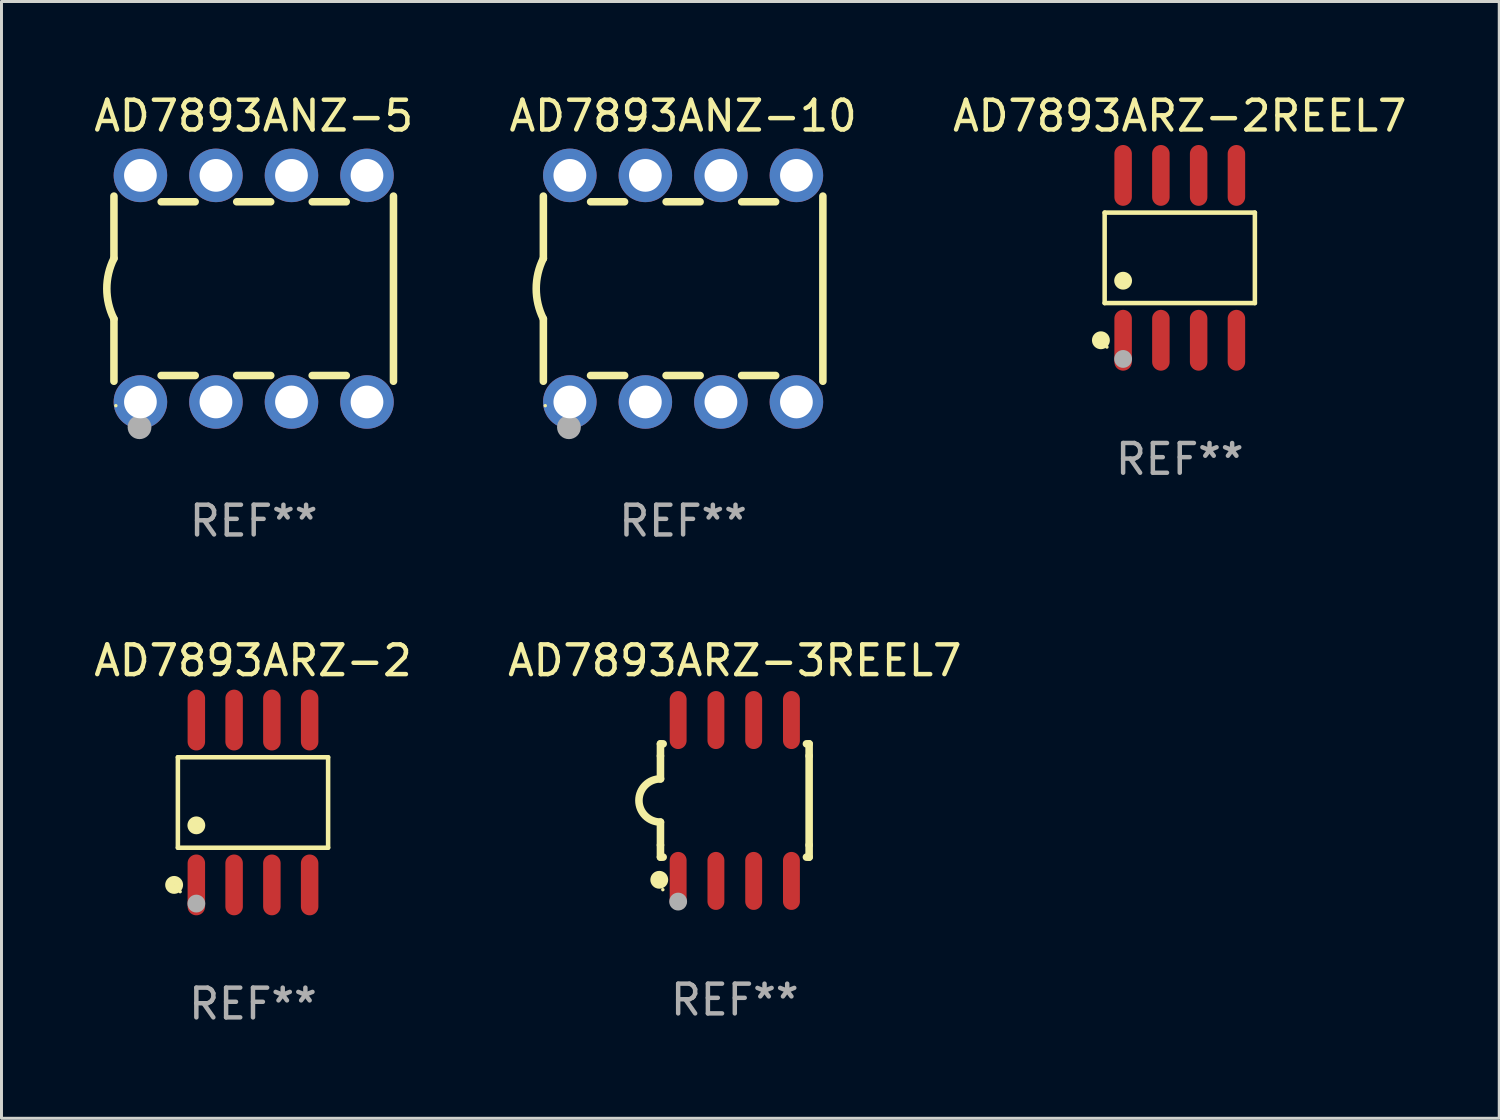
<source format=kicad_pcb>
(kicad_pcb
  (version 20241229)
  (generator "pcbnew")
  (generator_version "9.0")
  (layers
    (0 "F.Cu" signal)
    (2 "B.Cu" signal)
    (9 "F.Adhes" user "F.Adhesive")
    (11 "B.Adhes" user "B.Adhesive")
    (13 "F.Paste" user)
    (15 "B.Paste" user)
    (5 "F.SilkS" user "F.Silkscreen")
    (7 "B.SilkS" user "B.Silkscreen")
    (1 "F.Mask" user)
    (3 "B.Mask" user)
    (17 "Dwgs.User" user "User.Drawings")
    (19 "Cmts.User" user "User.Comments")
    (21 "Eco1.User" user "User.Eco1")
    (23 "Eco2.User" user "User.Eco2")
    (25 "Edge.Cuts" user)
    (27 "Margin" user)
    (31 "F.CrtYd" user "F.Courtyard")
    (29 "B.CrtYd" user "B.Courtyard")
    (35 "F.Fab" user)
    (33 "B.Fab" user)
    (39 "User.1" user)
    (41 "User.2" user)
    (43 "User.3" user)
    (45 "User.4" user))
  (footprint "AD7893ANZ-5"
    (layer "F.Cu")
    (at 5.482 6.658)
    (property "Reference" "AD7893ANZ-5" (at 0 -5.81 0) (layer "F.SilkS") (effects (font (size 1 1) (thickness 0.15))))
    (attr through_hole)
    (fp_line (start -4.7 -1.017) (end -4.7 -3.113) (stroke (width 0.254) (type solid)) (layer "F.SilkS"))
    (fp_line (start -4.7 1.015) (end -4.7 3.113) (stroke (width 0.254) (type solid)) (layer "F.SilkS"))
    (fp_line (start -3.113 2.92) (end -1.967 2.92) (stroke (width 0.254) (type solid)) (layer "F.SilkS"))
    (fp_line (start -3.111 -2.922) (end -1.969 -2.922) (stroke (width 0.254) (type solid)) (layer "F.SilkS"))
    (fp_line (start -0.573 2.92) (end 0.573 2.92) (stroke (width 0.254) (type solid)) (layer "F.SilkS"))
    (fp_line (start -0.571 -2.922) (end 0.571 -2.922) (stroke (width 0.254) (type solid)) (layer "F.SilkS"))
    (fp_line (start 1.967 2.92) (end 3.113 2.92) (stroke (width 0.254) (type solid)) (layer "F.SilkS"))
    (fp_line (start 1.969 -2.922) (end 3.111 -2.922) (stroke (width 0.254) (type solid)) (layer "F.SilkS"))
    (fp_line (start 4.7 -3.113) (end 4.7 3.113) (stroke (width 0.254) (type solid)) (layer "F.SilkS"))
    (fp_arc (start -4.7 1.01524) (mid -4.939846 -0.000762) (end -4.7 -1.016764) (stroke (width 0.254001) (type solid)) (layer "F.SilkS"))
    (fp_circle (center -4.636 3.935) (end -4.606 3.935) (stroke (width 0.06) (type solid)) (fill no) (layer "F.SilkS"))
    (fp_circle (center -3.84 4.66) (end -3.64 4.66) (stroke (width 0.4) (type solid)) (fill no) (layer "F.Fab"))
    (fp_text user "REF**" (at 0 7.81 0) (layer "F.Fab") (effects (font (size 1 1) (thickness 0.15))))
    (pad "1" thru_hole circle (at -3.81 3.81) (size 1.8 1.8) (drill 1.1) (layers "*.Cu" "*.Mask"))
    (pad "2" thru_hole circle (at -1.27 3.81) (size 1.8 1.8) (drill 1.1) (layers "*.Cu" "*.Mask"))
    (pad "3" thru_hole circle (at 1.27 3.81) (size 1.8 1.8) (drill 1.1) (layers "*.Cu" "*.Mask"))
    (pad "4" thru_hole circle (at 3.81 3.81) (size 1.8 1.8) (drill 1.1) (layers "*.Cu" "*.Mask"))
    (pad "5" thru_hole circle (at 3.81 -3.81) (size 1.8 1.8) (drill 1.1) (layers "*.Cu" "*.Mask"))
    (pad "6" thru_hole circle (at 1.27 -3.81) (size 1.8 1.8) (drill 1.1) (layers "*.Cu" "*.Mask"))
    (pad "7" thru_hole circle (at -1.27 -3.81) (size 1.8 1.8) (drill 1.1) (layers "*.Cu" "*.Mask"))
    (pad "8" thru_hole circle (at -3.81 -3.81) (size 1.8 1.8) (drill 1.1) (layers "*.Cu" "*.Mask")))
  (footprint "AD7893ARZ-2"
    (layer "F.Cu")
    (at 5.458 23.937)
    (property "Reference" "AD7893ARZ-2" (at 0 -4.772 0) (layer "F.SilkS") (effects (font (size 1 1) (thickness 0.15))))
    (attr through_hole)
    (fp_line (start -2.526 -1.521) (end 2.526 -1.521) (stroke (width 0.152) (type solid)) (layer "F.SilkS"))
    (fp_line (start -2.526 1.521) (end -2.526 -1.521) (stroke (width 0.152) (type solid)) (layer "F.SilkS"))
    (fp_line (start 2.526 -1.521) (end 2.526 1.521) (stroke (width 0.152) (type solid)) (layer "F.SilkS"))
    (fp_line (start 2.526 1.521) (end -2.526 1.521) (stroke (width 0.152) (type solid)) (layer "F.SilkS"))
    (fp_circle (center -2.652 2.772) (end -2.501 2.772) (stroke (width 0.3) (type solid)) (fill no) (layer "F.SilkS"))
    (fp_circle (center -2.45 3) (end -2.42 3) (stroke (width 0.06) (type solid)) (fill no) (layer "F.SilkS"))
    (fp_circle (center -1.905 0.769) (end -1.755 0.769) (stroke (width 0.3) (type solid)) (fill no) (layer "F.SilkS"))
    (fp_circle (center -1.905 3.4) (end -1.755 3.4) (stroke (width 0.3) (type solid)) (fill no) (layer "F.Fab"))
    (fp_text user "REF**" (at 0 6.772 0) (layer "F.Fab") (effects (font (size 1 1) (thickness 0.15))))
    (pad "1" smd oval (at -1.905 2.772) (size 0.588 2.045) (layers "F.Cu" "F.Mask" "F.Paste"))
    (pad "2" smd oval (at -0.635 2.772) (size 0.588 2.045) (layers "F.Cu" "F.Mask" "F.Paste"))
    (pad "3" smd oval (at 0.635 2.772) (size 0.588 2.045) (layers "F.Cu" "F.Mask" "F.Paste"))
    (pad "4" smd oval (at 1.905 2.772) (size 0.588 2.045) (layers "F.Cu" "F.Mask" "F.Paste"))
    (pad "5" smd oval (at 1.905 -2.772) (size 0.588 2.045) (layers "F.Cu" "F.Mask" "F.Paste"))
    (pad "6" smd oval (at 0.635 -2.772) (size 0.588 2.045) (layers "F.Cu" "F.Mask" "F.Paste"))
    (pad "7" smd oval (at -0.635 -2.772) (size 0.588 2.045) (layers "F.Cu" "F.Mask" "F.Paste"))
    (pad "8" smd oval (at -1.905 -2.772) (size 0.588 2.045) (layers "F.Cu" "F.Mask" "F.Paste")))
  (footprint "AD7893ANZ-10"
    (layer "F.Cu")
    (at 19.923 6.658)
    (property "Reference" "AD7893ANZ-10" (at 0 -5.81 0) (layer "F.SilkS") (effects (font (size 1 1) (thickness 0.15))))
    (attr through_hole)
    (fp_line (start -4.7 -1.017) (end -4.7 -3.113) (stroke (width 0.254) (type solid)) (layer "F.SilkS"))
    (fp_line (start -4.7 1.015) (end -4.7 3.113) (stroke (width 0.254) (type solid)) (layer "F.SilkS"))
    (fp_line (start -3.113 2.92) (end -1.967 2.92) (stroke (width 0.254) (type solid)) (layer "F.SilkS"))
    (fp_line (start -3.111 -2.922) (end -1.969 -2.922) (stroke (width 0.254) (type solid)) (layer "F.SilkS"))
    (fp_line (start -0.573 2.92) (end 0.573 2.92) (stroke (width 0.254) (type solid)) (layer "F.SilkS"))
    (fp_line (start -0.571 -2.922) (end 0.571 -2.922) (stroke (width 0.254) (type solid)) (layer "F.SilkS"))
    (fp_line (start 1.967 2.92) (end 3.113 2.92) (stroke (width 0.254) (type solid)) (layer "F.SilkS"))
    (fp_line (start 1.969 -2.922) (end 3.111 -2.922) (stroke (width 0.254) (type solid)) (layer "F.SilkS"))
    (fp_line (start 4.7 -3.113) (end 4.7 3.113) (stroke (width 0.254) (type solid)) (layer "F.SilkS"))
    (fp_arc (start -4.7 1.01524) (mid -4.939846 -0.000762) (end -4.7 -1.016764) (stroke (width 0.254001) (type solid)) (layer "F.SilkS"))
    (fp_circle (center -4.636 3.935) (end -4.606 3.935) (stroke (width 0.06) (type solid)) (fill no) (layer "F.SilkS"))
    (fp_circle (center -3.84 4.66) (end -3.64 4.66) (stroke (width 0.4) (type solid)) (fill no) (layer "F.Fab"))
    (fp_text user "REF**" (at 0 7.81 0) (layer "F.Fab") (effects (font (size 1 1) (thickness 0.15))))
    (pad "1" thru_hole circle (at -3.81 3.81) (size 1.8 1.8) (drill 1.1) (layers "*.Cu" "*.Mask"))
    (pad "2" thru_hole circle (at -1.27 3.81) (size 1.8 1.8) (drill 1.1) (layers "*.Cu" "*.Mask"))
    (pad "3" thru_hole circle (at 1.27 3.81) (size 1.8 1.8) (drill 1.1) (layers "*.Cu" "*.Mask"))
    (pad "4" thru_hole circle (at 3.81 3.81) (size 1.8 1.8) (drill 1.1) (layers "*.Cu" "*.Mask"))
    (pad "5" thru_hole circle (at 3.81 -3.81) (size 1.8 1.8) (drill 1.1) (layers "*.Cu" "*.Mask"))
    (pad "6" thru_hole circle (at 1.27 -3.81) (size 1.8 1.8) (drill 1.1) (layers "*.Cu" "*.Mask"))
    (pad "7" thru_hole circle (at -1.27 -3.81) (size 1.8 1.8) (drill 1.1) (layers "*.Cu" "*.Mask"))
    (pad "8" thru_hole circle (at -3.81 -3.81) (size 1.8 1.8) (drill 1.1) (layers "*.Cu" "*.Mask")))
  (footprint "AD7893ARZ-3REEL7"
    (layer "F.Cu")
    (at 21.661 23.87)
    (property "Reference" "AD7893ARZ-3REEL7" (at 0 -4.705 0) (layer "F.SilkS") (effects (font (size 1 1) (thickness 0.15))))
    (attr through_hole)
    (fp_line (start -2.5 -1.905) (end -2.409 -1.905) (stroke (width 0.254) (type solid)) (layer "F.SilkS"))
    (fp_line (start -2.5 -1.5) (end -2.5 -1.905) (stroke (width 0.254) (type solid)) (layer "F.SilkS"))
    (fp_line (start -2.5 -1.5) (end -2.5 -0.726) (stroke (width 0.254) (type solid)) (layer "F.SilkS"))
    (fp_line (start -2.5 1.5) (end -2.5 0.727) (stroke (width 0.254) (type solid)) (layer "F.SilkS"))
    (fp_line (start -2.5 1.5) (end -2.5 1.905) (stroke (width 0.254) (type solid)) (layer "F.SilkS"))
    (fp_line (start -2.5 1.905) (end -2.409 1.905) (stroke (width 0.254) (type solid)) (layer "F.SilkS"))
    (fp_line (start 2.5 -1.905) (end 2.409 -1.905) (stroke (width 0.254) (type solid)) (layer "F.SilkS"))
    (fp_line (start 2.5 -1.5) (end 2.5 -1.905) (stroke (width 0.254) (type solid)) (layer "F.SilkS"))
    (fp_line (start 2.5 -1.5) (end 2.5 1.5) (stroke (width 0.254) (type solid)) (layer "F.SilkS"))
    (fp_line (start 2.5 1.5) (end 2.5 1.905) (stroke (width 0.254) (type solid)) (layer "F.SilkS"))
    (fp_line (start 2.5 1.905) (end 2.409 1.905) (stroke (width 0.254) (type solid)) (layer "F.SilkS"))
    (fp_arc (start -2.5 0.726568) (mid -3.220316 -0.0023) (end -2.495097 -0.726289) (stroke (width 0.254001) (type solid)) (layer "F.SilkS"))
    (fp_circle (center -2.54 2.667) (end -2.39 2.667) (stroke (width 0.3) (type solid)) (fill no) (layer "F.SilkS"))
    (fp_circle (center -2.42 3) (end -2.39 3) (stroke (width 0.06) (type solid)) (fill no) (layer "F.SilkS"))
    (fp_circle (center -1.905 3.4) (end -1.755 3.4) (stroke (width 0.3) (type solid)) (fill no) (layer "F.Fab"))
    (fp_text user "REF**" (at 0 6.705 0) (layer "F.Fab") (effects (font (size 1 1) (thickness 0.15))))
    (pad "1" smd oval (at -1.905 2.705) (size 0.568 1.95) (layers "F.Cu" "F.Mask" "F.Paste"))
    (pad "2" smd oval (at -0.635 2.705) (size 0.568 1.95) (layers "F.Cu" "F.Mask" "F.Paste"))
    (pad "3" smd oval (at 0.635 2.705) (size 0.568 1.95) (layers "F.Cu" "F.Mask" "F.Paste"))
    (pad "4" smd oval (at 1.905 2.705) (size 0.568 1.95) (layers "F.Cu" "F.Mask" "F.Paste"))
    (pad "5" smd oval (at 1.905 -2.705) (size 0.568 1.95) (layers "F.Cu" "F.Mask" "F.Paste"))
    (pad "6" smd oval (at 0.635 -2.705) (size 0.568 1.95) (layers "F.Cu" "F.Mask" "F.Paste"))
    (pad "7" smd oval (at -0.635 -2.705) (size 0.568 1.95) (layers "F.Cu" "F.Mask" "F.Paste"))
    (pad "8" smd oval (at -1.905 -2.705) (size 0.568 1.95) (layers "F.Cu" "F.Mask" "F.Paste")))
  (footprint "AD7893ARZ-2REEL7"
    (layer "F.Cu")
    (at 36.625 5.621)
    (property "Reference" "AD7893ARZ-2REEL7" (at 0 -4.772 0) (layer "F.SilkS") (effects (font (size 1 1) (thickness 0.15))))
    (attr through_hole)
    (fp_line (start -2.526 -1.521) (end 2.526 -1.521) (stroke (width 0.152) (type solid)) (layer "F.SilkS"))
    (fp_line (start -2.526 1.521) (end -2.526 -1.521) (stroke (width 0.152) (type solid)) (layer "F.SilkS"))
    (fp_line (start 2.526 -1.521) (end 2.526 1.521) (stroke (width 0.152) (type solid)) (layer "F.SilkS"))
    (fp_line (start 2.526 1.521) (end -2.526 1.521) (stroke (width 0.152) (type solid)) (layer "F.SilkS"))
    (fp_circle (center -2.652 2.772) (end -2.501 2.772) (stroke (width 0.3) (type solid)) (fill no) (layer "F.SilkS"))
    (fp_circle (center -2.45 3) (end -2.42 3) (stroke (width 0.06) (type solid)) (fill no) (layer "F.SilkS"))
    (fp_circle (center -1.905 0.769) (end -1.755 0.769) (stroke (width 0.3) (type solid)) (fill no) (layer "F.SilkS"))
    (fp_circle (center -1.905 3.4) (end -1.755 3.4) (stroke (width 0.3) (type solid)) (fill no) (layer "F.Fab"))
    (fp_text user "REF**" (at 0 6.772 0) (layer "F.Fab") (effects (font (size 1 1) (thickness 0.15))))
    (pad "1" smd oval (at -1.905 2.772) (size 0.588 2.045) (layers "F.Cu" "F.Mask" "F.Paste"))
    (pad "2" smd oval (at -0.635 2.772) (size 0.588 2.045) (layers "F.Cu" "F.Mask" "F.Paste"))
    (pad "3" smd oval (at 0.635 2.772) (size 0.588 2.045) (layers "F.Cu" "F.Mask" "F.Paste"))
    (pad "4" smd oval (at 1.905 2.772) (size 0.588 2.045) (layers "F.Cu" "F.Mask" "F.Paste"))
    (pad "5" smd oval (at 1.905 -2.772) (size 0.588 2.045) (layers "F.Cu" "F.Mask" "F.Paste"))
    (pad "6" smd oval (at 0.635 -2.772) (size 0.588 2.045) (layers "F.Cu" "F.Mask" "F.Paste"))
    (pad "7" smd oval (at -0.635 -2.772) (size 0.588 2.045) (layers "F.Cu" "F.Mask" "F.Paste"))
    (pad "8" smd oval (at -1.905 -2.772) (size 0.588 2.045) (layers "F.Cu" "F.Mask" "F.Paste")))
  (gr_rect
    (start -3 -3)
    (end 47.369 34.558)
    (stroke (width 0.1) (type default))
    (fill no)
    (layer "Edge.Cuts")))
</source>
